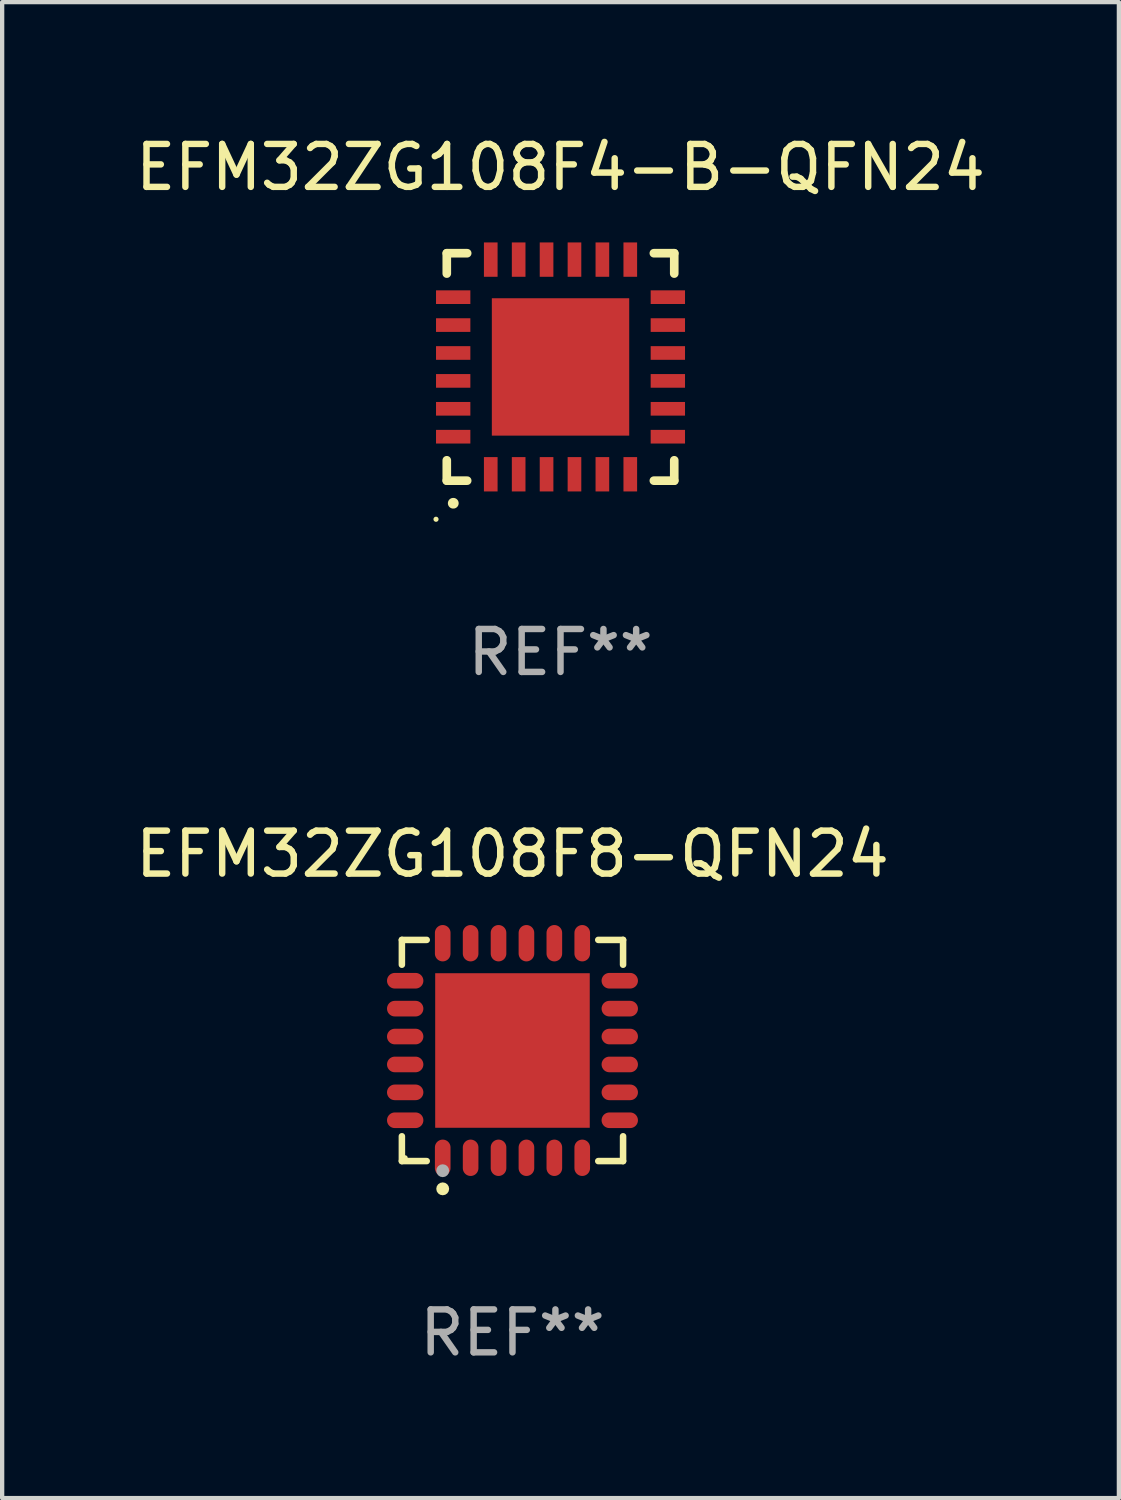
<source format=kicad_pcb>
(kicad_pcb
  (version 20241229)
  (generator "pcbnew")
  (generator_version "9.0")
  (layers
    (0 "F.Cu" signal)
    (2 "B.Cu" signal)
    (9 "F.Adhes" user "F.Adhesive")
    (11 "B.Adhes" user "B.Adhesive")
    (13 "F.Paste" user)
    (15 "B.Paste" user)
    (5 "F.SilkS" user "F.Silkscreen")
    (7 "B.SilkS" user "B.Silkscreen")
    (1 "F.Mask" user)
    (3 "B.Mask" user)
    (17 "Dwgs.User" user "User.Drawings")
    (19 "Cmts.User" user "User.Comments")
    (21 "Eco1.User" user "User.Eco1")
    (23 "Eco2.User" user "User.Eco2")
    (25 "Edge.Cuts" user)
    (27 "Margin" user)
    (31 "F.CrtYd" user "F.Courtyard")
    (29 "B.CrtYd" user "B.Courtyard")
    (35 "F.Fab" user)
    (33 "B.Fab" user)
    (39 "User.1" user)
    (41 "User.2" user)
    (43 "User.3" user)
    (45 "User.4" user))
  (footprint "EFM32ZG108F8-QFN24"
    (layer "F.Cu")
    (at 8.887 21.419)
    (property "Reference" "EFM32ZG108F8-QFN24" (at 0 -4.576 0) (layer "F.SilkS") (effects (font (size 1 1) (thickness 0.15))))
    (attr through_hole)
    (fp_line (start -2.576 -2.576) (end -1.998 -2.576) (stroke (width 0.152) (type solid)) (layer "F.SilkS"))
    (fp_line (start -2.576 -1.998) (end -2.576 -2.576) (stroke (width 0.152) (type solid)) (layer "F.SilkS"))
    (fp_line (start -2.576 1.998) (end -2.576 2.576) (stroke (width 0.152) (type solid)) (layer "F.SilkS"))
    (fp_line (start -2.576 2.576) (end -1.998 2.576) (stroke (width 0.152) (type solid)) (layer "F.SilkS"))
    (fp_line (start 2.576 -2.576) (end 1.998 -2.576) (stroke (width 0.152) (type solid)) (layer "F.SilkS"))
    (fp_line (start 2.576 -1.998) (end 2.576 -2.576) (stroke (width 0.152) (type solid)) (layer "F.SilkS"))
    (fp_line (start 2.576 1.998) (end 2.576 2.576) (stroke (width 0.152) (type solid)) (layer "F.SilkS"))
    (fp_line (start 2.576 2.576) (end 1.998 2.576) (stroke (width 0.152) (type solid)) (layer "F.SilkS"))
    (fp_circle (center -2.5 2.5) (end -2.47 2.5) (stroke (width 0.06) (type solid)) (fill no) (layer "F.SilkS"))
    (fp_circle (center -1.625 3.222) (end -1.55 3.222) (stroke (width 0.15) (type solid)) (fill no) (layer "F.SilkS"))
    (fp_circle (center -1.625 2.8) (end -1.55 2.8) (stroke (width 0.15) (type solid)) (fill no) (layer "F.Fab"))
    (fp_text user "REF**" (at 0 6.576 0) (layer "F.Fab") (effects (font (size 1 1) (thickness 0.15))))
    (pad "1" smd oval (at -1.625 2.499) (size 0.364 0.847) (layers "F.Cu" "F.Mask" "F.Paste"))
    (pad "2" smd oval (at -0.975 2.499) (size 0.364 0.847) (layers "F.Cu" "F.Mask" "F.Paste"))
    (pad "3" smd oval (at -0.325 2.499) (size 0.364 0.847) (layers "F.Cu" "F.Mask" "F.Paste"))
    (pad "4" smd oval (at 0.325 2.499) (size 0.364 0.847) (layers "F.Cu" "F.Mask" "F.Paste"))
    (pad "5" smd oval (at 0.975 2.499) (size 0.364 0.847) (layers "F.Cu" "F.Mask" "F.Paste"))
    (pad "6" smd oval (at 1.625 2.499) (size 0.364 0.847) (layers "F.Cu" "F.Mask" "F.Paste"))
    (pad "7" smd oval (at 2.499 1.625) (size 0.847 0.364) (layers "F.Cu" "F.Mask" "F.Paste"))
    (pad "8" smd oval (at 2.499 0.975) (size 0.847 0.364) (layers "F.Cu" "F.Mask" "F.Paste"))
    (pad "9" smd oval (at 2.499 0.325) (size 0.847 0.364) (layers "F.Cu" "F.Mask" "F.Paste"))
    (pad "10" smd oval (at 2.499 -0.325) (size 0.847 0.364) (layers "F.Cu" "F.Mask" "F.Paste"))
    (pad "11" smd oval (at 2.499 -0.975) (size 0.847 0.364) (layers "F.Cu" "F.Mask" "F.Paste"))
    (pad "12" smd oval (at 2.499 -1.625) (size 0.847 0.364) (layers "F.Cu" "F.Mask" "F.Paste"))
    (pad "13" smd oval (at 1.625 -2.499) (size 0.364 0.847) (layers "F.Cu" "F.Mask" "F.Paste"))
    (pad "14" smd oval (at 0.975 -2.499) (size 0.364 0.847) (layers "F.Cu" "F.Mask" "F.Paste"))
    (pad "15" smd oval (at 0.325 -2.499) (size 0.364 0.847) (layers "F.Cu" "F.Mask" "F.Paste"))
    (pad "16" smd oval (at -0.325 -2.499) (size 0.364 0.847) (layers "F.Cu" "F.Mask" "F.Paste"))
    (pad "17" smd oval (at -0.975 -2.499) (size 0.364 0.847) (layers "F.Cu" "F.Mask" "F.Paste"))
    (pad "18" smd oval (at -1.625 -2.499) (size 0.364 0.847) (layers "F.Cu" "F.Mask" "F.Paste"))
    (pad "19" smd oval (at -2.499 -1.625) (size 0.847 0.364) (layers "F.Cu" "F.Mask" "F.Paste"))
    (pad "20" smd oval (at -2.499 -0.975) (size 0.847 0.364) (layers "F.Cu" "F.Mask" "F.Paste"))
    (pad "21" smd oval (at -2.499 -0.325) (size 0.847 0.364) (layers "F.Cu" "F.Mask" "F.Paste"))
    (pad "22" smd oval (at -2.499 0.325) (size 0.847 0.364) (layers "F.Cu" "F.Mask" "F.Paste"))
    (pad "23" smd oval (at -2.499 0.975) (size 0.847 0.364) (layers "F.Cu" "F.Mask" "F.Paste"))
    (pad "24" smd oval (at -2.499 1.625) (size 0.847 0.364) (layers "F.Cu" "F.Mask" "F.Paste"))
    (pad "25" smd rect (at 0 0) (size 3.6 3.6) (layers "F.Cu" "F.Mask" "F.Paste")))
  (footprint "EFM32ZG108F4-B-QFN24"
    (layer "F.Cu")
    (at 10.006 5.497)
    (property "Reference" "EFM32ZG108F4-B-QFN24" (at 0 -4.649 0) (layer "F.SilkS") (effects (font (size 1 1) (thickness 0.15))))
    (attr through_hole)
    (fp_line (start -2.649 -2.649) (end -2.649 -2.174) (stroke (width 0.201) (type solid)) (layer "F.SilkS"))
    (fp_line (start -2.649 2.649) (end -2.649 2.174) (stroke (width 0.201) (type solid)) (layer "F.SilkS"))
    (fp_line (start -2.174 -2.649) (end -2.649 -2.649) (stroke (width 0.201) (type solid)) (layer "F.SilkS"))
    (fp_line (start -2.174 2.649) (end -2.649 2.649) (stroke (width 0.201) (type solid)) (layer "F.SilkS"))
    (fp_line (start 2.649 -2.649) (end 2.174 -2.649) (stroke (width 0.201) (type solid)) (layer "F.SilkS"))
    (fp_line (start 2.649 -2.174) (end 2.649 -2.649) (stroke (width 0.201) (type solid)) (layer "F.SilkS"))
    (fp_line (start 2.649 2.174) (end 2.649 2.649) (stroke (width 0.201) (type solid)) (layer "F.SilkS"))
    (fp_line (start 2.649 2.649) (end 2.174 2.649) (stroke (width 0.201) (type solid)) (layer "F.SilkS"))
    (fp_arc (start -2.499365 3.175006) (mid -2.498095 3.175) (end -2.496825 3.175006) (stroke (width 0.24892) (type solid)) (layer "F.SilkS"))
    (fp_circle (center -2.9 3.548) (end -2.87 3.548) (stroke (width 0.06) (type solid)) (fill no) (layer "F.SilkS"))
    (fp_text user "REF**" (at 0 6.649 0) (layer "F.Fab") (effects (font (size 1 1) (thickness 0.15))))
    (pad "1" smd rect (at -1.625 2.5 180) (size 0.318 0.8) (layers "F.Cu" "F.Mask" "F.Paste"))
    (pad "2" smd rect (at -0.975 2.5 180) (size 0.318 0.8) (layers "F.Cu" "F.Mask" "F.Paste"))
    (pad "3" smd rect (at -0.325 2.5 180) (size 0.318 0.8) (layers "F.Cu" "F.Mask" "F.Paste"))
    (pad "4" smd rect (at 0.325 2.5 180) (size 0.318 0.8) (layers "F.Cu" "F.Mask" "F.Paste"))
    (pad "5" smd rect (at 0.975 2.5 180) (size 0.318 0.8) (layers "F.Cu" "F.Mask" "F.Paste"))
    (pad "6" smd rect (at 1.625 2.5 180) (size 0.318 0.8) (layers "F.Cu" "F.Mask" "F.Paste"))
    (pad "7" smd rect (at 2.5 1.625 90) (size 0.318 0.8) (layers "F.Cu" "F.Mask" "F.Paste"))
    (pad "8" smd rect (at 2.5 0.975 90) (size 0.318 0.8) (layers "F.Cu" "F.Mask" "F.Paste"))
    (pad "9" smd rect (at 2.5 0.325 90) (size 0.318 0.8) (layers "F.Cu" "F.Mask" "F.Paste"))
    (pad "10" smd rect (at 2.5 -0.325 90) (size 0.318 0.8) (layers "F.Cu" "F.Mask" "F.Paste"))
    (pad "11" smd rect (at 2.5 -0.975 90) (size 0.318 0.8) (layers "F.Cu" "F.Mask" "F.Paste"))
    (pad "12" smd rect (at 2.5 -1.625 90) (size 0.318 0.8) (layers "F.Cu" "F.Mask" "F.Paste"))
    (pad "13" smd rect (at 1.625 -2.5 180) (size 0.318 0.8) (layers "F.Cu" "F.Mask" "F.Paste"))
    (pad "14" smd rect (at 0.975 -2.5 180) (size 0.318 0.8) (layers "F.Cu" "F.Mask" "F.Paste"))
    (pad "15" smd rect (at 0.325 -2.5 180) (size 0.318 0.8) (layers "F.Cu" "F.Mask" "F.Paste"))
    (pad "16" smd rect (at -0.325 -2.5 180) (size 0.318 0.8) (layers "F.Cu" "F.Mask" "F.Paste"))
    (pad "17" smd rect (at -0.975 -2.5 180) (size 0.318 0.8) (layers "F.Cu" "F.Mask" "F.Paste"))
    (pad "18" smd rect (at -1.625 -2.5 180) (size 0.318 0.8) (layers "F.Cu" "F.Mask" "F.Paste"))
    (pad "19" smd rect (at -2.5 -1.625 90) (size 0.318 0.8) (layers "F.Cu" "F.Mask" "F.Paste"))
    (pad "20" smd rect (at -2.5 -0.975 90) (size 0.318 0.8) (layers "F.Cu" "F.Mask" "F.Paste"))
    (pad "21" smd rect (at -2.5 -0.325 90) (size 0.318 0.8) (layers "F.Cu" "F.Mask" "F.Paste"))
    (pad "22" smd rect (at -2.5 0.325 90) (size 0.318 0.8) (layers "F.Cu" "F.Mask" "F.Paste"))
    (pad "23" smd rect (at -2.5 0.975 90) (size 0.318 0.8) (layers "F.Cu" "F.Mask" "F.Paste"))
    (pad "24" smd rect (at -2.5 1.625 90) (size 0.318 0.8) (layers "F.Cu" "F.Mask" "F.Paste"))
    (pad "25" smd rect (at 0.000229 0.000025 90) (size 3.2 3.2) (layers "F.Cu" "F.Mask" "F.Paste")))
  (gr_rect
    (start -3 -3)
    (end 23.012 31.844)
    (stroke (width 0.1) (type default))
    (fill no)
    (layer "Edge.Cuts")))
</source>
